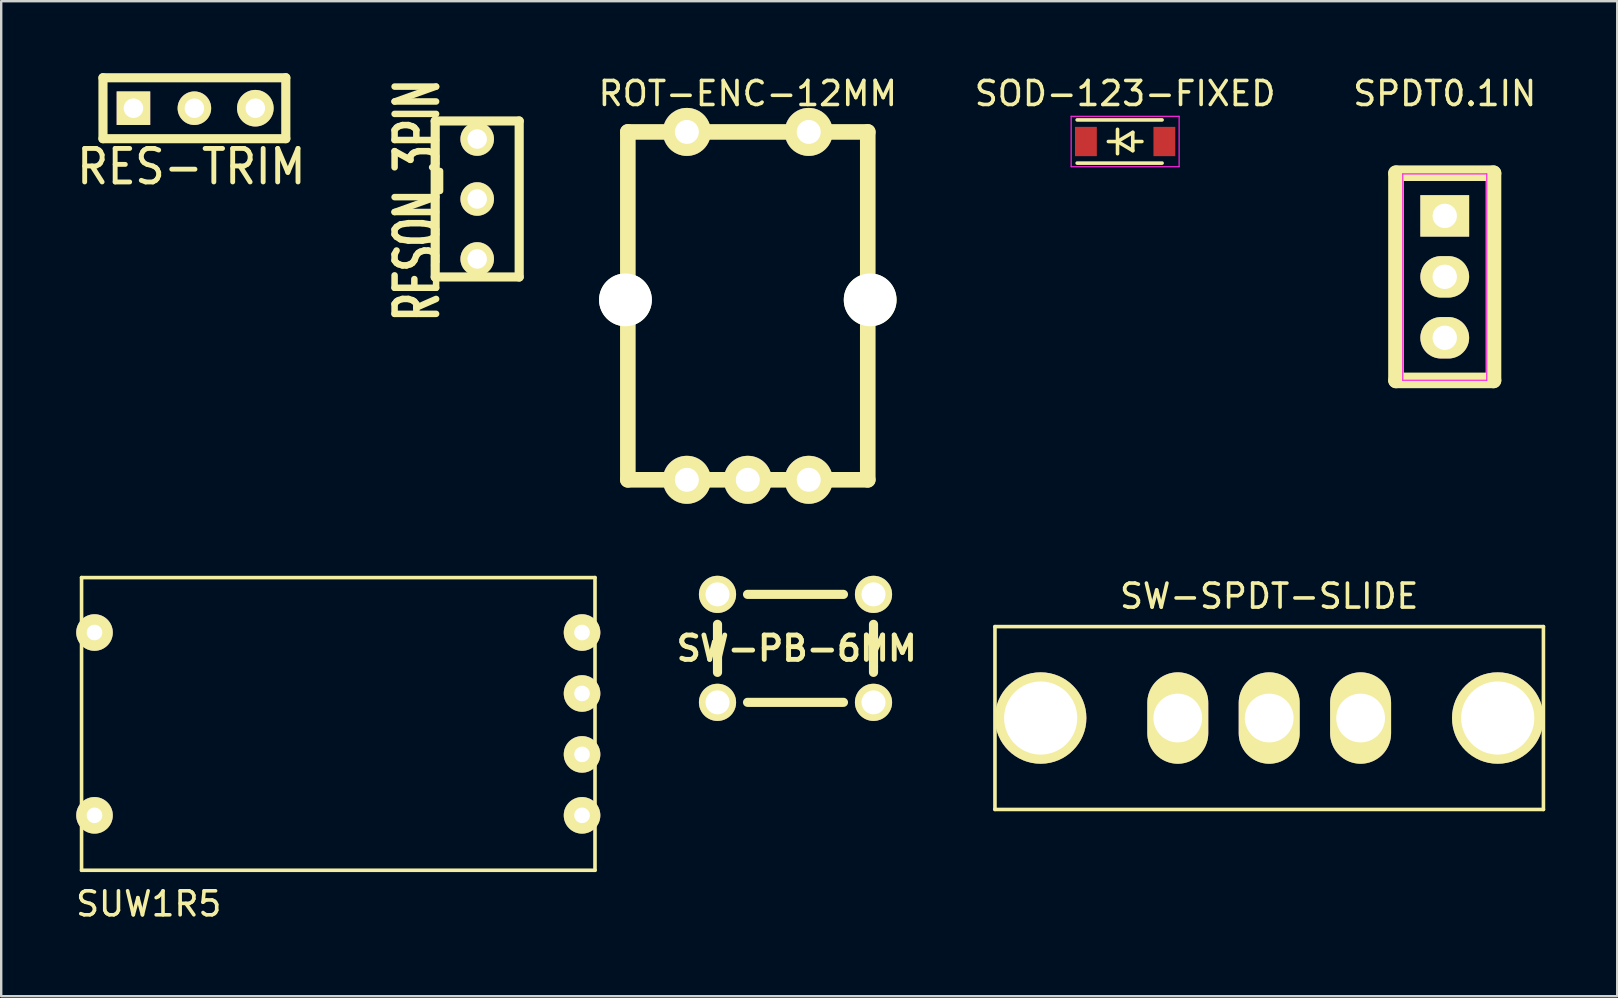
<source format=kicad_pcb>
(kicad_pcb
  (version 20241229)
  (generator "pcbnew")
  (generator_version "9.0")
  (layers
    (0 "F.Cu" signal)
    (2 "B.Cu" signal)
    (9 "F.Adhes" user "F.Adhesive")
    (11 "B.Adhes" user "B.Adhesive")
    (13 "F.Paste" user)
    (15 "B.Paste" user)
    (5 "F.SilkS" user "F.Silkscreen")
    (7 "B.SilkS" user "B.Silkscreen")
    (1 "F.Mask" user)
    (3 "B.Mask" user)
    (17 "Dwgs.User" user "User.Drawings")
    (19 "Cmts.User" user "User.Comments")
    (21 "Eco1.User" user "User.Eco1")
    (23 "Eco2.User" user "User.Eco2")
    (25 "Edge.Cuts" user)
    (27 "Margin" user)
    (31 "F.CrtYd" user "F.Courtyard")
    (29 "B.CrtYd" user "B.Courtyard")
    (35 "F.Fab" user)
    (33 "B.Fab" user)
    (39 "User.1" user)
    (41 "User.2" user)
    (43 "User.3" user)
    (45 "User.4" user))
  (footprint "RESON_3PIN"
    (layer "F.Cu")
    (at 16.839 5.244)
    (property "Reference" "RESON_3PIN" (at -2.499 0.051 90) (layer "F.SilkS") (effects (font (size 1.73 1.087) (thickness 0.272))))
    (attr through_hole)
    (fp_line (start -1.75 -3.251) (end 1.75 -3.251) (stroke (width 0.381) (type solid)) (layer "F.SilkS"))
    (fp_line (start -1.75 3.251) (end -1.75 -3.251) (stroke (width 0.381) (type solid)) (layer "F.SilkS"))
    (fp_line (start 1.75 -3.251) (end 1.75 3.251) (stroke (width 0.381) (type solid)) (layer "F.SilkS"))
    (fp_line (start 1.75 3.251) (end -1.75 3.251) (stroke (width 0.381) (type solid)) (layer "F.SilkS"))
    (pad "1" thru_hole circle (at 0 2.499 90) (size 1.397 1.397) (drill 0.813) (layers "*.Cu" "*.Mask" "F.SilkS"))
    (pad "2" thru_hole circle (at 0 0 90) (size 1.397 1.397) (drill 0.813) (layers "*.Cu" "*.Mask" "F.SilkS"))
    (pad "3" thru_hole circle (at 0 -2.499 90) (size 1.397 1.397) (drill 0.813) (layers "*.Cu" "*.Mask" "F.SilkS")))
  (footprint "SW-SPDT-SLIDE"
    (layer "F.Cu")
    (at 49.849 26.877)
    (property "Reference" "SW-SPDT-SLIDE" (at 0 -5.08 0) (layer "F.SilkS") (effects (font (size 1 1) (thickness 0.15))))
    (attr through_hole)
    (fp_line (start -11.43 -3.81) (end -11.43 3.81) (stroke (width 0.15) (type solid)) (layer "F.SilkS"))
    (fp_line (start -11.43 -3.81) (end 11.43 -3.81) (stroke (width 0.15) (type solid)) (layer "F.SilkS"))
    (fp_line (start 11.43 -3.81) (end 11.43 3.81) (stroke (width 0.15) (type solid)) (layer "F.SilkS"))
    (fp_line (start 11.43 3.81) (end -11.43 3.81) (stroke (width 0.15) (type solid)) (layer "F.SilkS"))
    (pad "" thru_hole circle (at -9.525 0) (size 3.81 3.81) (drill 3.048) (layers "*.Cu" "*.Mask" "F.SilkS"))
    (pad "" thru_hole circle (at 9.525 0) (size 3.81 3.81) (drill 3.048) (layers "*.Cu" "*.Mask" "F.SilkS"))
    (pad "1" thru_hole oval (at -3.81 0) (size 2.54 3.81) (drill 2.032) (layers "*.Cu" "*.Mask" "F.SilkS"))
    (pad "2" thru_hole oval (at 0 0) (size 2.54 3.81) (drill 2.032) (layers "*.Cu" "*.Mask" "F.SilkS"))
    (pad "3" thru_hole oval (at 3.81 0) (size 2.54 3.81) (drill 2.032) (layers "*.Cu" "*.Mask" "F.SilkS")))
  (footprint "ROT-ENC-12MM"
    (layer "F.Cu")
    (at 28.118 9.448)
    (property "Reference" "ROT-ENC-12MM" (at 0 -8.6 0) (layer "F.SilkS") (effects (font (size 1 1) (thickness 0.15))))
    (attr through_hole)
    (fp_line (start -5 -7) (end -5 7.5) (stroke (width 0.65) (type solid)) (layer "F.SilkS"))
    (fp_line (start -5 -7) (end 5 -7) (stroke (width 0.65) (type solid)) (layer "F.SilkS"))
    (fp_line (start -5 7.5) (end 5 7.5) (stroke (width 0.65) (type solid)) (layer "F.SilkS"))
    (fp_line (start 5 7.5) (end 5 -7) (stroke (width 0.65) (type solid)) (layer "F.SilkS"))
    (pad "" np_thru_hole circle (at -5.1 0) (size 2.2 2.2) (drill 2.2) (layers "*.Cu" "*.Mask" "F.SilkS"))
    (pad "" np_thru_hole circle (at 5.1 0) (size 2.2 2.2) (drill 2.2) (layers "*.Cu" "*.Mask" "F.SilkS"))
    (pad "A" thru_hole circle (at -2.54 7.5) (size 2 2) (drill 1) (layers "*.Cu" "*.Mask" "F.SilkS"))
    (pad "B" thru_hole circle (at 2.54 7.5) (size 2 2) (drill 1) (layers "*.Cu" "*.Mask" "F.SilkS"))
    (pad "C" thru_hole circle (at 0 7.5) (size 2 2) (drill 1) (layers "*.Cu" "*.Mask" "F.SilkS"))
    (pad "S1" thru_hole circle (at 2.54 -7) (size 2 2) (drill 1) (layers "*.Cu" "*.Mask" "F.SilkS"))
    (pad "S2" thru_hole circle (at -2.54 -7) (size 2 2) (drill 1) (layers "*.Cu" "*.Mask" "F.SilkS")))
  (footprint "SW-PB-6MM"
    (layer "F.Cu")
    (at 30.106 23.973)
    (property "Reference" "SW-PB-6MM" (at 0.051 0 0) (layer "F.SilkS") (effects (font (size 1.016 1.016) (thickness 0.203))))
    (attr through_hole)
    (fp_line (start -3.251 -1.001) (end -3.251 1.001) (stroke (width 0.381) (type solid)) (layer "F.SilkS"))
    (fp_line (start -1.999 -2.25) (end 1.999 -2.25) (stroke (width 0.381) (type solid)) (layer "F.SilkS"))
    (fp_line (start -1.999 2.25) (end 1.999 2.25) (stroke (width 0.381) (type solid)) (layer "F.SilkS"))
    (fp_line (start 3.251 -1.001) (end 3.251 0.749) (stroke (width 0.381) (type solid)) (layer "F.SilkS"))
    (fp_line (start 3.251 0.749) (end 3.251 1.001) (stroke (width 0.381) (type solid)) (layer "F.SilkS"))
    (pad "1" thru_hole circle (at -3.251 -2.25) (size 1.549 1.549) (drill 1.001) (layers "*.Cu" "*.Mask" "F.SilkS"))
    (pad "2" thru_hole circle (at 3.251 -2.25) (size 1.549 1.549) (drill 1.001) (layers "*.Cu" "*.Mask" "F.SilkS"))
    (pad "3" thru_hole circle (at -3.251 2.25) (size 1.549 1.549) (drill 1.001) (layers "*.Cu" "*.Mask" "F.SilkS"))
    (pad "4" thru_hole circle (at 3.251 2.25) (size 1.549 1.549) (drill 1.001) (layers "*.Cu" "*.Mask" "F.SilkS")))
  (footprint "SUW1R5"
    (layer "F.Cu")
    (at 11.049 27.123)
    (property "Reference" "SUW1R5" (at -7.9 7.5 0) (layer "F.SilkS") (effects (font (size 1 1) (thickness 0.15))))
    (attr through_hole)
    (fp_line (start -10.7 -6.1) (end -10.7 6.1) (stroke (width 0.15) (type solid)) (layer "F.SilkS"))
    (fp_line (start -10.7 6.1) (end 10.7 6.1) (stroke (width 0.15) (type solid)) (layer "F.SilkS"))
    (fp_line (start 10.7 -6.1) (end -10.7 -6.1) (stroke (width 0.15) (type solid)) (layer "F.SilkS"))
    (fp_line (start 10.7 6.1) (end 10.7 -6.1) (stroke (width 0.15) (type solid)) (layer "F.SilkS"))
    (pad "1" thru_hole circle (at -10.16 -3.81) (size 1.524 1.524) (drill 0.65) (layers "*.Cu" "*.Mask" "F.SilkS"))
    (pad "2" thru_hole circle (at -10.16 3.81) (size 1.524 1.524) (drill 0.65) (layers "*.Cu" "*.Mask" "F.SilkS"))
    (pad "3" thru_hole circle (at 10.16 3.81) (size 1.524 1.524) (drill 0.65) (layers "*.Cu" "*.Mask" "F.SilkS"))
    (pad "4" thru_hole circle (at 10.16 1.27) (size 1.524 1.524) (drill 0.65) (layers "*.Cu" "*.Mask" "F.SilkS"))
    (pad "5" thru_hole circle (at 10.16 -1.27) (size 1.524 1.524) (drill 0.65) (layers "*.Cu" "*.Mask" "F.SilkS"))
    (pad "6" thru_hole circle (at 10.16 -3.81) (size 1.524 1.524) (drill 0.65) (layers "*.Cu" "*.Mask" "F.SilkS")))
  (footprint "SPDT0.1IN"
    (layer "F.Cu")
    (at 57.166 8.488)
    (property "Reference" "SPDT0.1IN" (at 0 -7.64 0) (layer "F.SilkS") (effects (font (size 1 1) (thickness 0.15))))
    (attr through_hole)
    (fp_line (start -2.032 -4.318) (end -2.032 4.318) (stroke (width 0.65) (type solid)) (layer "F.SilkS"))
    (fp_line (start -2.032 4.318) (end 2.032 4.318) (stroke (width 0.65) (type solid)) (layer "F.SilkS"))
    (fp_line (start -1.55 -4.09) (end 1.55 -4.09) (stroke (width 0.15) (type solid)) (layer "F.SilkS"))
    (fp_line (start 2.032 -4.318) (end -2.032 -4.318) (stroke (width 0.65) (type solid)) (layer "F.SilkS"))
    (fp_line (start 2.032 4.318) (end 2.032 -4.318) (stroke (width 0.65) (type solid)) (layer "F.SilkS"))
    (fp_line (start -1.75 -4.29) (end -1.75 4.31) (stroke (width 0.05) (type solid)) (layer "F.CrtYd"))
    (fp_line (start -1.75 -4.29) (end 1.75 -4.29) (stroke (width 0.05) (type solid)) (layer "F.CrtYd"))
    (fp_line (start -1.75 4.31) (end 1.75 4.31) (stroke (width 0.05) (type solid)) (layer "F.CrtYd"))
    (fp_line (start 1.75 -4.29) (end 1.75 4.31) (stroke (width 0.05) (type solid)) (layer "F.CrtYd"))
    (pad "1" thru_hole rect (at 0 -2.54) (size 2.032 1.727) (drill 1.016) (layers "*.Cu" "*.Mask" "F.SilkS"))
    (pad "2" thru_hole oval (at 0 0) (size 2.032 1.727) (drill 1.016) (layers "*.Cu" "*.Mask" "F.SilkS"))
    (pad "3" thru_hole oval (at 0 2.54) (size 2.032 1.727) (drill 1.016) (layers "*.Cu" "*.Mask" "F.SilkS")))
  (footprint "RES-TRIM"
    (layer "F.Cu")
    (at 5.052 1.46)
    (property "Reference" "RES-TRIM" (at -0.127 2.438 0) (layer "F.SilkS") (effects (font (size 1.397 1.27) (thickness 0.203))))
    (attr through_hole)
    (fp_line (start -3.81 -1.27) (end 3.81 -1.27) (stroke (width 0.381) (type solid)) (layer "F.SilkS"))
    (fp_line (start -3.81 1.27) (end -3.81 -1.27) (stroke (width 0.381) (type solid)) (layer "F.SilkS"))
    (fp_line (start 3.81 -1.27) (end 3.81 1.27) (stroke (width 0.381) (type solid)) (layer "F.SilkS"))
    (fp_line (start 3.81 1.27) (end -3.81 1.27) (stroke (width 0.381) (type solid)) (layer "F.SilkS"))
    (pad "1" thru_hole rect (at -2.54 0) (size 1.397 1.397) (drill 0.813) (layers "*.Cu" "*.Mask" "F.SilkS"))
    (pad "2" thru_hole circle (at 0 0) (size 1.397 1.397) (drill 0.813) (layers "*.Cu" "*.Mask" "F.SilkS"))
    (pad "3" thru_hole circle (at 2.54 0) (size 1.524 1.524) (drill 0.813) (layers "*.Cu" "*.Mask" "F.SilkS")))
  (footprint "SOD-123-FIXED"
    (layer "F.Cu")
    (at 43.845 2.848)
    (property "Reference" "SOD-123-FIXED" (at 0 -2 0) (layer "F.SilkS") (effects (font (size 1 1) (thickness 0.15))))
    (attr smd)
    (fp_line (start -2 -0.9) (end 1.54 -0.9) (stroke (width 0.15) (type solid)) (layer "F.SilkS"))
    (fp_line (start -2 0.9) (end 1.54 0.9) (stroke (width 0.15) (type solid)) (layer "F.SilkS"))
    (fp_line (start -0.699 0) (end -0.318 0) (stroke (width 0.15) (type solid)) (layer "F.SilkS"))
    (fp_line (start -0.318 -0.508) (end -0.318 0.508) (stroke (width 0.15) (type solid)) (layer "F.SilkS"))
    (fp_line (start -0.318 0) (end 0.318 -0.381) (stroke (width 0.15) (type solid)) (layer "F.SilkS"))
    (fp_line (start 0.318 -0.381) (end 0.318 0.381) (stroke (width 0.15) (type solid)) (layer "F.SilkS"))
    (fp_line (start 0.318 0) (end 0.699 0) (stroke (width 0.15) (type solid)) (layer "F.SilkS"))
    (fp_line (start 0.318 0.381) (end -0.318 0) (stroke (width 0.15) (type solid)) (layer "F.SilkS"))
    (fp_line (start -2.25 -1.05) (end -2.25 1.05) (stroke (width 0.05) (type solid)) (layer "F.CrtYd"))
    (fp_line (start -2.25 -1.05) (end 2.25 -1.05) (stroke (width 0.05) (type solid)) (layer "F.CrtYd"))
    (fp_line (start 2.25 -1.05) (end 2.25 1.05) (stroke (width 0.05) (type solid)) (layer "F.CrtYd"))
    (fp_line (start 2.25 1.05) (end -2.25 1.05) (stroke (width 0.05) (type solid)) (layer "F.CrtYd"))
    (pad "1" smd rect (at 1.635 0) (size 0.91 1.22) (layers "F.Cu" "F.Mask" "F.Paste"))
    (pad "2" smd rect (at -1.635 0) (size 0.91 1.22) (layers "F.Cu" "F.Mask" "F.Paste")))
  (gr_rect
    (start -3 -3)
    (end 64.354 38.471)
    (stroke (width 0.1) (type default))
    (fill no)
    (layer "Edge.Cuts")))
</source>
